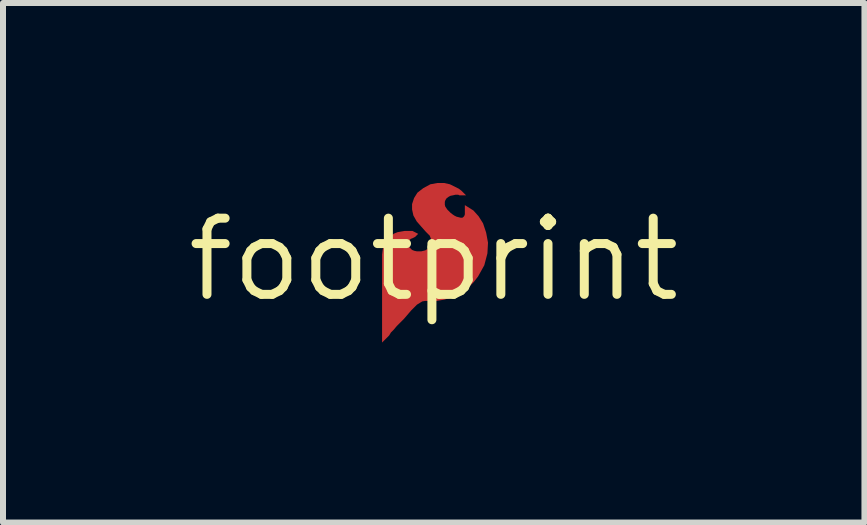
<source format=kicad_pcb>
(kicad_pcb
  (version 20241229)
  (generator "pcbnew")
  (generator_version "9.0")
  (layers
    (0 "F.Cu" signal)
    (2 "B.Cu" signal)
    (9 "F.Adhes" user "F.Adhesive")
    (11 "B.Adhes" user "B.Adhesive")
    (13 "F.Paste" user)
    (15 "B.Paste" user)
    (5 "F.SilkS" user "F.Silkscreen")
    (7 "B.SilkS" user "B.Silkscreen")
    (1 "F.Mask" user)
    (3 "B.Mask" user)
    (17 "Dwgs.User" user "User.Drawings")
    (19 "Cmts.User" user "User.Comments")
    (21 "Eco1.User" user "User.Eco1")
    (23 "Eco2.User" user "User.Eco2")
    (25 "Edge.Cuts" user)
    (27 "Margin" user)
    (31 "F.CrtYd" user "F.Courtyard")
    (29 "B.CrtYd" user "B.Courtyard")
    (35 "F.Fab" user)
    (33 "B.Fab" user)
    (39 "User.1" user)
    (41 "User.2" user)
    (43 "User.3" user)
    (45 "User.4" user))
  (footprint "footprint"
    (layer "F.Cu")
    (at 4.18 1.277)
    (property "Reference" "footprint" (at 0 0 0) (layer "F.SilkS") (effects (font (size 1.27 1.27) (thickness 0.15))))
    (fp_poly (pts (xy 0.27 -1.255) (xy 0.417 -1.182) (xy 0.462 -1.148) (xy 0.539 -1.071) (xy 0.428 -1.071) (xy 0.408 -1.081) (xy 0.362 -1.081) (xy 0.325 -1.072) (xy 0.279 -1.063) (xy 0.247 -1.046) (xy 0.215 -1.022) (xy 0.2 -1) (xy 0.192 -0.984) (xy 0.185 -0.963) (xy 0.185 -0.914) (xy 0.192 -0.885) (xy 0.227 -0.833) (xy 0.282 -0.778) (xy 0.319 -0.75) (xy 0.346 -0.732) (xy 0.38 -0.715) (xy 0.452 -0.697) (xy 0.471 -0.697) (xy 0.486 -0.702) (xy 0.506 -0.722) (xy 0.512 -0.734) (xy 0.519 -0.755) (xy 0.519 -0.908) (xy 0.662 -0.818) (xy 0.748 -0.722) (xy 0.822 -0.605) (xy 0.874 -0.449) (xy 0.905 -0.281) (xy 0.895 -0.103) (xy 0.843 0.095) (xy 0.739 0.282) (xy 0.666 0.376) (xy 0.583 0.459) (xy 0.5 0.532) (xy 0.394 0.595) (xy 0.289 0.637) (xy 0.175 0.668) (xy 0.05 0.689) (xy -0.14 0.689) (xy -0.19 0.697) (xy -0.279 0.751) (xy -0.375 0.847) (xy -0.495 0.987) (xy -0.615 1.107) (xy -0.665 1.167) (xy -0.713 1.215) (xy -0.743 1.265) (xy -0.861 1.383) (xy -0.861 -0.081) (xy -0.85 -0.167) (xy -0.828 -0.244) (xy -0.762 -0.354) (xy -0.706 -0.399) (xy -0.662 -0.433) (xy -0.604 -0.456) (xy -0.55 -0.466) (xy -0.486 -0.477) (xy -0.354 -0.477) (xy -0.259 -0.429) (xy -0.31 -0.378) (xy -0.358 -0.354) (xy -0.382 -0.346) (xy -0.43 -0.298) (xy -0.435 -0.283) (xy -0.435 -0.255) (xy -0.428 -0.236) (xy -0.413 -0.213) (xy -0.362 -0.161) (xy -0.322 -0.146) (xy -0.279 -0.137) (xy -0.208 -0.137) (xy -0.139 -0.154) (xy -0.089 -0.187) (xy -0.057 -0.227) (xy -0.041 -0.275) (xy -0.041 -0.332) (xy -0.066 -0.398) (xy -0.131 -0.463) (xy -0.212 -0.554) (xy -0.284 -0.637) (xy -0.339 -0.735) (xy -0.361 -0.835) (xy -0.361 -0.925) (xy -0.328 -1.025) (xy -0.272 -1.115) (xy -0.174 -1.191) (xy -0.056 -1.255) (xy 0.064 -1.277) (xy 0.171 -1.277)) (stroke (width 0) (type solid)) (fill yes) (layer "F.Cu"))
    (fp_poly (pts (xy 0.27 -1.255) (xy 0.417 -1.182) (xy 0.462 -1.148) (xy 0.539 -1.071) (xy 0.428 -1.071) (xy 0.408 -1.081) (xy 0.362 -1.081) (xy 0.325 -1.072) (xy 0.279 -1.063) (xy 0.247 -1.046) (xy 0.215 -1.022) (xy 0.2 -1) (xy 0.192 -0.984) (xy 0.185 -0.963) (xy 0.185 -0.914) (xy 0.192 -0.885) (xy 0.227 -0.833) (xy 0.282 -0.778) (xy 0.319 -0.75) (xy 0.346 -0.732) (xy 0.38 -0.715) (xy 0.452 -0.697) (xy 0.471 -0.697) (xy 0.486 -0.702) (xy 0.506 -0.722) (xy 0.512 -0.734) (xy 0.519 -0.755) (xy 0.519 -0.908) (xy 0.662 -0.818) (xy 0.748 -0.722) (xy 0.822 -0.605) (xy 0.874 -0.449) (xy 0.905 -0.281) (xy 0.895 -0.103) (xy 0.843 0.095) (xy 0.739 0.282) (xy 0.666 0.376) (xy 0.583 0.459) (xy 0.5 0.532) (xy 0.394 0.595) (xy 0.289 0.637) (xy 0.175 0.668) (xy 0.05 0.689) (xy -0.14 0.689) (xy -0.19 0.697) (xy -0.279 0.751) (xy -0.375 0.847) (xy -0.495 0.987) (xy -0.615 1.107) (xy -0.665 1.167) (xy -0.713 1.215) (xy -0.743 1.265) (xy -0.861 1.383) (xy -0.861 -0.081) (xy -0.85 -0.167) (xy -0.828 -0.244) (xy -0.762 -0.354) (xy -0.706 -0.399) (xy -0.662 -0.433) (xy -0.604 -0.456) (xy -0.55 -0.466) (xy -0.486 -0.477) (xy -0.354 -0.477) (xy -0.259 -0.429) (xy -0.31 -0.378) (xy -0.358 -0.354) (xy -0.382 -0.346) (xy -0.43 -0.298) (xy -0.435 -0.283) (xy -0.435 -0.255) (xy -0.428 -0.236) (xy -0.413 -0.213) (xy -0.362 -0.161) (xy -0.322 -0.146) (xy -0.279 -0.137) (xy -0.208 -0.137) (xy -0.139 -0.154) (xy -0.089 -0.187) (xy -0.057 -0.227) (xy -0.041 -0.275) (xy -0.041 -0.332) (xy -0.066 -0.398) (xy -0.131 -0.463) (xy -0.212 -0.554) (xy -0.284 -0.637) (xy -0.339 -0.735) (xy -0.361 -0.835) (xy -0.361 -0.925) (xy -0.328 -1.025) (xy -0.272 -1.115) (xy -0.174 -1.191) (xy -0.056 -1.255) (xy 0.064 -1.277) (xy 0.171 -1.277)) (stroke (width 0) (type solid)) (fill yes) (layer "F.Mask")))
  (gr_rect
    (start -3 -3)
    (end 11.36 5.66)
    (stroke (width 0.1) (type default))
    (fill no)
    (layer "Edge.Cuts")))
</source>
